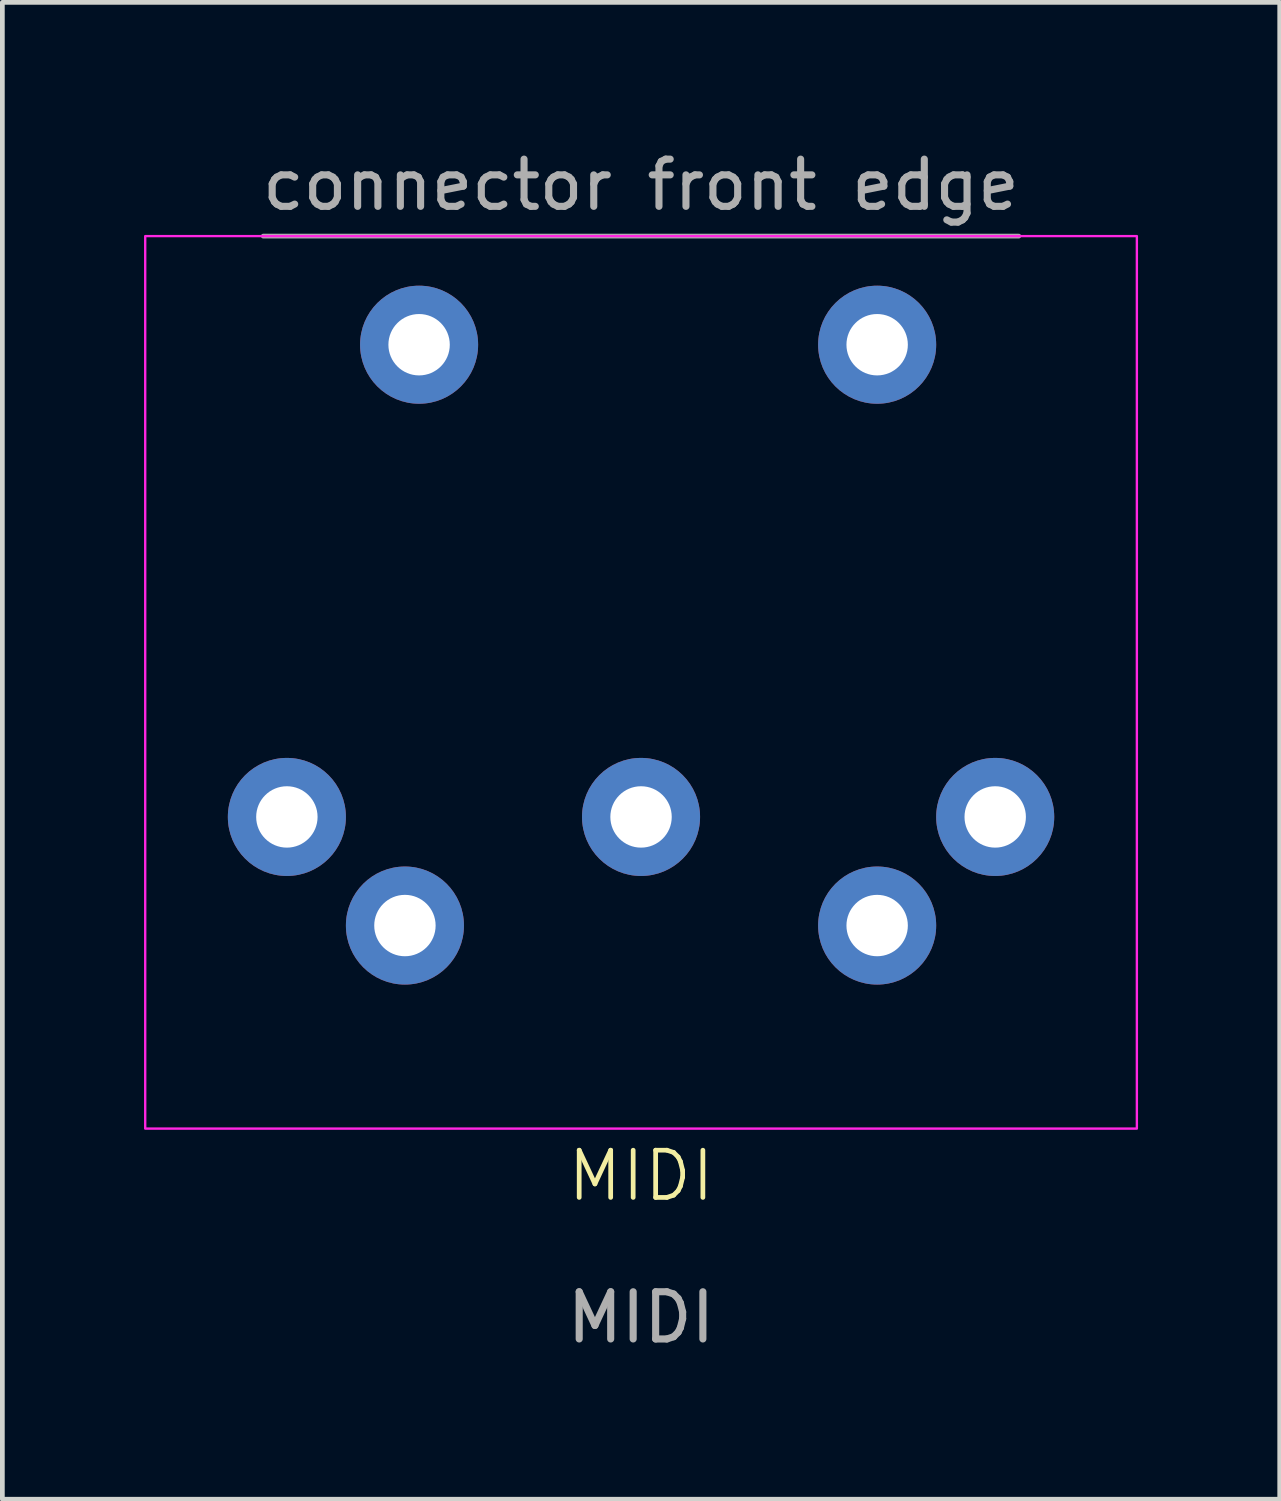
<source format=kicad_pcb>
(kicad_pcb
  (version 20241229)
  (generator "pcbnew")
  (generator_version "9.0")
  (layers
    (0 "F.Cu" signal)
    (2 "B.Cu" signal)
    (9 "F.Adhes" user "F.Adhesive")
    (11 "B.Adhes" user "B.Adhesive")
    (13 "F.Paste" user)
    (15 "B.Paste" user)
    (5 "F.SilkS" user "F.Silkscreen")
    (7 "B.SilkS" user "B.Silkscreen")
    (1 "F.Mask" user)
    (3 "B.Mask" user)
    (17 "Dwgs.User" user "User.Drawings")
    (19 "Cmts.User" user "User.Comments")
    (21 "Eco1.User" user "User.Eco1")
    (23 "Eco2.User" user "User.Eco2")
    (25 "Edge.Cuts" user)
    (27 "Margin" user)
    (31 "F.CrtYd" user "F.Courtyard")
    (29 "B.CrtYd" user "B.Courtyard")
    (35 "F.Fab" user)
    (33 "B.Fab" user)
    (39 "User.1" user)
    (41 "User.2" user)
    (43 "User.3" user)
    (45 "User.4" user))
  (footprint "MIDI"
    (layer "F.Cu")
    (at 10.525 14.25)
    (property "Reference" "MIDI" (at 0 7.6 0) (unlocked yes) (layer "F.SilkS") (effects (font (size 1 1) (thickness 0.1))))
    (attr through_hole)
    (fp_rect (start -10.5 -12.3) (end 10.5 6.6) (stroke (width 0.05) (type default)) (fill no) (layer "F.CrtYd"))
    (fp_line (start -8 -12.3) (end 8 -12.3) (stroke (width 0.1) (type default)) (layer "F.Fab"))
    (fp_text user "connector front edge" (at -8.1 -12.8 0) (unlocked yes) (layer "F.Fab") (effects (font (size 1 1) (thickness 0.15)) (justify left bottom)))
    (fp_text user "${REFERENCE}" (at 0 10.6 0) (unlocked yes) (layer "F.Fab") (effects (font (size 1 1) (thickness 0.15))))
    (pad "1" thru_hole circle (at -7.5 0) (size 2.5 2.5) (drill 1.3) (layers "*.Cu" "*.Mask"))
    (pad "2" thru_hole circle (at 0 0) (size 2.5 2.5) (drill 1.3) (layers "*.Cu" "*.Mask"))
    (pad "3" thru_hole circle (at 7.5 0) (size 2.5 2.5) (drill 1.3) (layers "*.Cu" "*.Mask"))
    (pad "4" thru_hole circle (at -5 2.3) (size 2.5 2.5) (drill 1.3) (layers "*.Cu" "*.Mask"))
    (pad "5" thru_hole circle (at 5 2.3) (size 2.5 2.5) (drill 1.3) (layers "*.Cu" "*.Mask"))
    (pad "NC" thru_hole circle (at -4.7 -10) (size 2.5 2.5) (drill 1.3) (layers "*.Cu" "*.Mask"))
    (pad "NC" thru_hole circle (at 5 -10) (size 2.5 2.5) (drill 1.3) (layers "*.Cu" "*.Mask")))
  (gr_rect
    (start -3 -3)
    (end 24.05 28.698)
    (stroke (width 0.1) (type default))
    (fill no)
    (layer "Edge.Cuts")))
</source>
